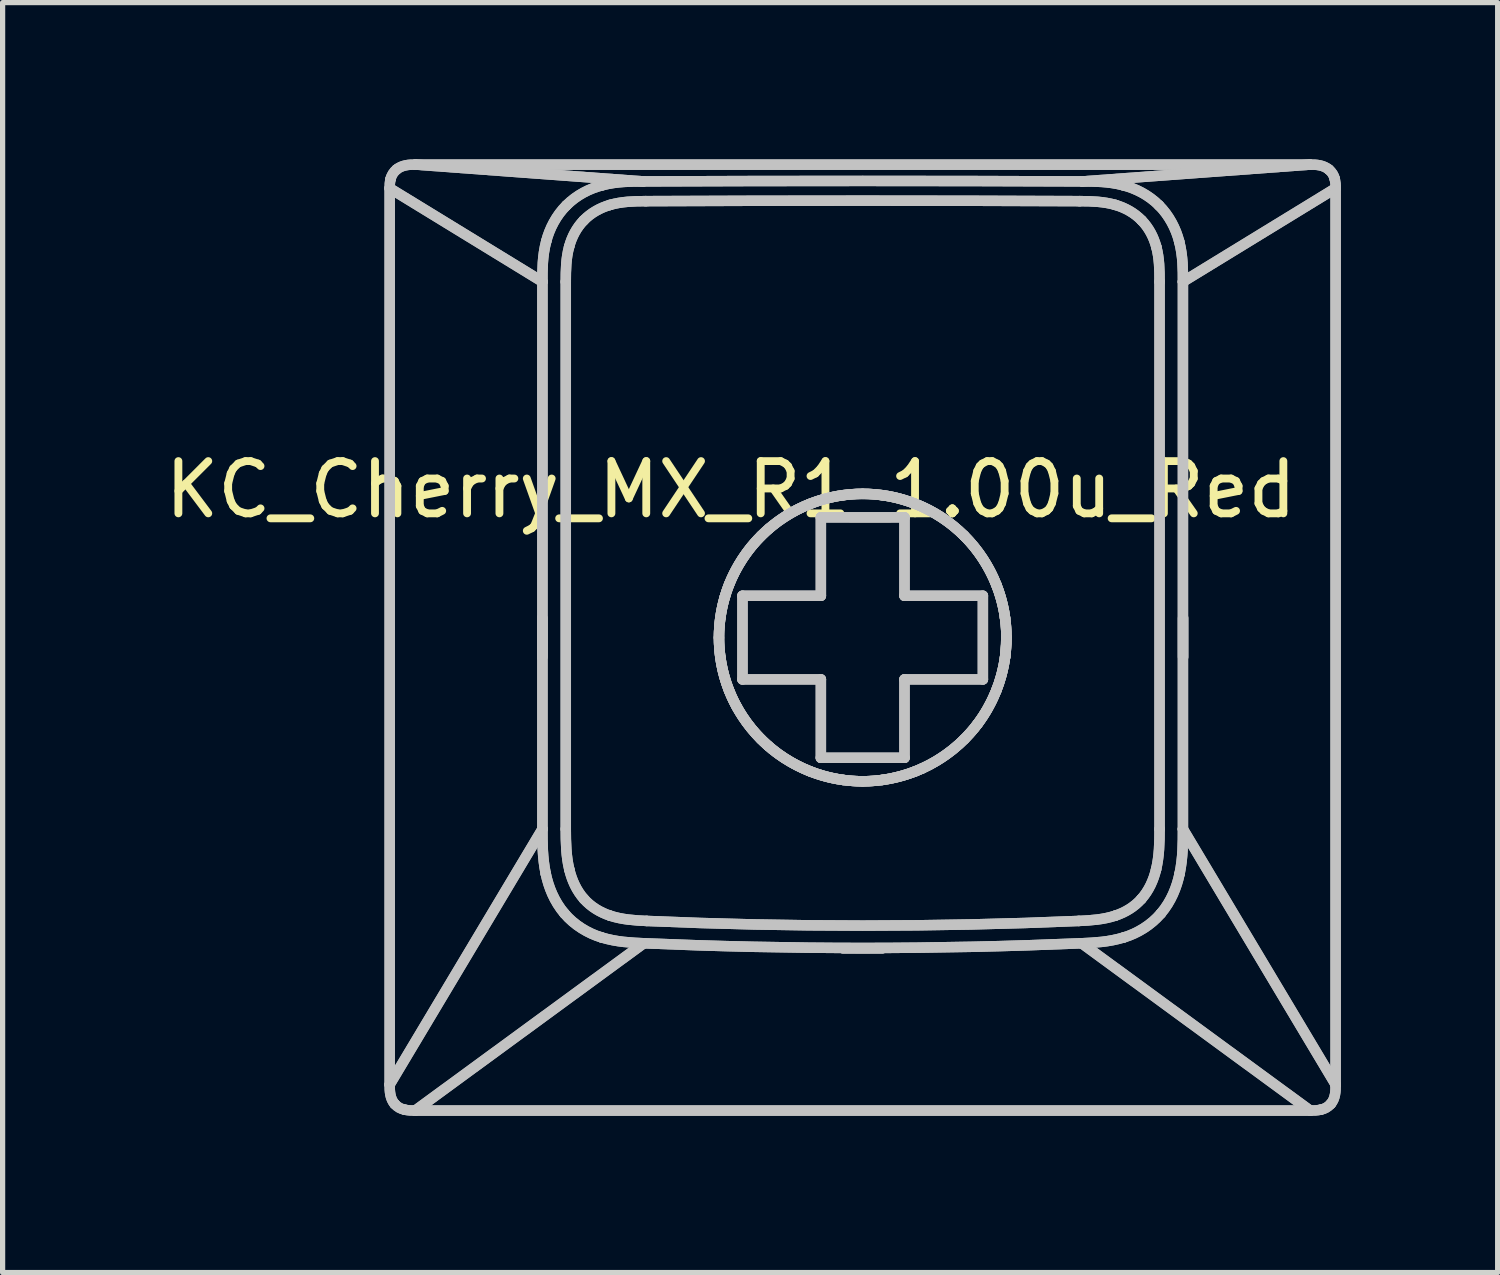
<source format=kicad_pcb>
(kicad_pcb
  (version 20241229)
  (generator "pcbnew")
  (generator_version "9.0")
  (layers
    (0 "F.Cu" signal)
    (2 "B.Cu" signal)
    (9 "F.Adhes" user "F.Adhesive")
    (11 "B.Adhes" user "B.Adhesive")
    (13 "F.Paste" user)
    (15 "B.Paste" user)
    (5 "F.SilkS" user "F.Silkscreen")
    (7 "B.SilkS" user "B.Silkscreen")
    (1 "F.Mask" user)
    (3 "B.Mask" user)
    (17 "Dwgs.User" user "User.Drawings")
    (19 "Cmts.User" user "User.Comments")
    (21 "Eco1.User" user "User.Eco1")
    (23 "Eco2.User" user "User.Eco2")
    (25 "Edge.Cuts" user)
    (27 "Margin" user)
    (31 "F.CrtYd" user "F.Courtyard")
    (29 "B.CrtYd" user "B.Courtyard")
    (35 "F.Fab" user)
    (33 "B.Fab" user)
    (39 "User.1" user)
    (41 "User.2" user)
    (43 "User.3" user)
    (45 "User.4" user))
  (footprint "KC_Cherry_MX_R1_1.00u_Red"
    (layer "F.Cu")
    (at 13.475 9.112)
    (property "Reference" "KC_Cherry_MX_R1_1.00u_Red" (at -2.54 -2.794 0) (layer "F.SilkS") (effects (font (size 1 1) (thickness 0.15))))
    (attr allow_missing_courtyard)
    (fp_line (start -9.068 -8.56) (end -6.146 -6.771) (stroke (width 0.2) (type default)) (layer "Dwgs.User"))
    (fp_line (start -9.068 -8.56) (end -6.146 -6.771) (stroke (width 0.2) (type default)) (layer "Dwgs.User"))
    (fp_line (start -9.068 8.591) (end -9.068 -8.56) (stroke (width 0.2) (type default)) (layer "Dwgs.User"))
    (fp_line (start -9.068 8.591) (end -9.068 -8.56) (stroke (width 0.2) (type default)) (layer "Dwgs.User"))
    (fp_line (start -9.068 8.591) (end -6.146 3.702) (stroke (width 0.2) (type default)) (layer "Dwgs.User"))
    (fp_line (start -9.068 8.591) (end -6.146 3.702) (stroke (width 0.2) (type default)) (layer "Dwgs.User"))
    (fp_line (start -8.58 9.088) (end -4.207 5.887) (stroke (width 0.2) (type default)) (layer "Dwgs.User"))
    (fp_line (start -8.58 9.088) (end -4.207 5.887) (stroke (width 0.2) (type default)) (layer "Dwgs.User"))
    (fp_line (start -8.575 -9.012) (end -4.216 -8.691) (stroke (width 0.2) (type default)) (layer "Dwgs.User"))
    (fp_line (start -8.575 -9.012) (end -4.216 -8.691) (stroke (width 0.2) (type default)) (layer "Dwgs.User"))
    (fp_line (start -8.575 -9.012) (end 8.539 -9.012) (stroke (width 0.2) (type default)) (layer "Dwgs.User"))
    (fp_line (start -8.575 -9.012) (end 8.539 -9.012) (stroke (width 0.2) (type default)) (layer "Dwgs.User"))
    (fp_line (start -6.149 0.412) (end -6.149 -0.338) (stroke (width 0.2) (type default)) (layer "Dwgs.User"))
    (fp_line (start -6.149 0.412) (end -6.149 -0.338) (stroke (width 0.2) (type default)) (layer "Dwgs.User"))
    (fp_line (start -6.146 -6.771) (end -6.146 3.702) (stroke (width 0.2) (type default)) (layer "Dwgs.User"))
    (fp_line (start -6.146 -6.771) (end -6.146 3.702) (stroke (width 0.2) (type default)) (layer "Dwgs.User"))
    (fp_line (start -5.699 -6.771) (end -5.699 3.702) (stroke (width 0.2) (type default)) (layer "Dwgs.User"))
    (fp_line (start -5.699 -6.771) (end -5.699 3.702) (stroke (width 0.2) (type default)) (layer "Dwgs.User"))
    (fp_line (start -2.318 -0.762) (end -0.818 -0.762) (stroke (width 0.2) (type default)) (layer "Dwgs.User"))
    (fp_line (start -2.318 -0.762) (end -0.818 -0.762) (stroke (width 0.2) (type default)) (layer "Dwgs.User"))
    (fp_line (start -2.318 0.838) (end -2.318 -0.762) (stroke (width 0.2) (type default)) (layer "Dwgs.User"))
    (fp_line (start -2.318 0.838) (end -2.318 -0.762) (stroke (width 0.2) (type default)) (layer "Dwgs.User"))
    (fp_line (start -0.818 -2.262) (end 0.782 -2.262) (stroke (width 0.2) (type default)) (layer "Dwgs.User"))
    (fp_line (start -0.818 -2.262) (end 0.782 -2.262) (stroke (width 0.2) (type default)) (layer "Dwgs.User"))
    (fp_line (start -0.818 -0.762) (end -0.818 -2.262) (stroke (width 0.2) (type default)) (layer "Dwgs.User"))
    (fp_line (start -0.818 -0.762) (end -0.818 -2.262) (stroke (width 0.2) (type default)) (layer "Dwgs.User"))
    (fp_line (start -0.818 0.838) (end -2.318 0.838) (stroke (width 0.2) (type default)) (layer "Dwgs.User"))
    (fp_line (start -0.818 0.838) (end -2.318 0.838) (stroke (width 0.2) (type default)) (layer "Dwgs.User"))
    (fp_line (start -0.818 2.338) (end -0.818 0.838) (stroke (width 0.2) (type default)) (layer "Dwgs.User"))
    (fp_line (start -0.818 2.338) (end -0.818 0.838) (stroke (width 0.2) (type default)) (layer "Dwgs.User"))
    (fp_line (start -0.393 5.985) (end 0.357 5.985) (stroke (width 0.2) (type default)) (layer "Dwgs.User"))
    (fp_line (start -0.393 5.985) (end 0.357 5.985) (stroke (width 0.2) (type default)) (layer "Dwgs.User"))
    (fp_line (start 0.782 -2.262) (end 0.782 -0.762) (stroke (width 0.2) (type default)) (layer "Dwgs.User"))
    (fp_line (start 0.782 -2.262) (end 0.782 -0.762) (stroke (width 0.2) (type default)) (layer "Dwgs.User"))
    (fp_line (start 0.782 -0.762) (end 2.282 -0.762) (stroke (width 0.2) (type default)) (layer "Dwgs.User"))
    (fp_line (start 0.782 -0.762) (end 2.282 -0.762) (stroke (width 0.2) (type default)) (layer "Dwgs.User"))
    (fp_line (start 0.782 0.838) (end 0.782 2.338) (stroke (width 0.2) (type default)) (layer "Dwgs.User"))
    (fp_line (start 0.782 0.838) (end 0.782 2.338) (stroke (width 0.2) (type default)) (layer "Dwgs.User"))
    (fp_line (start 0.782 2.338) (end -0.818 2.338) (stroke (width 0.2) (type default)) (layer "Dwgs.User"))
    (fp_line (start 0.782 2.338) (end -0.818 2.338) (stroke (width 0.2) (type default)) (layer "Dwgs.User"))
    (fp_line (start 2.282 -0.762) (end 2.282 0.838) (stroke (width 0.2) (type default)) (layer "Dwgs.User"))
    (fp_line (start 2.282 -0.762) (end 2.282 0.838) (stroke (width 0.2) (type default)) (layer "Dwgs.User"))
    (fp_line (start 2.282 0.838) (end 0.782 0.838) (stroke (width 0.2) (type default)) (layer "Dwgs.User"))
    (fp_line (start 2.282 0.838) (end 0.782 0.838) (stroke (width 0.2) (type default)) (layer "Dwgs.User"))
    (fp_line (start 2.707 0.412) (end 2.732 0.038) (stroke (width 0.2) (type default)) (layer "Dwgs.User"))
    (fp_line (start 4.181 -8.691) (end 8.539 -9.012) (stroke (width 0.2) (type default)) (layer "Dwgs.User"))
    (fp_line (start 4.181 -8.691) (end 8.539 -9.012) (stroke (width 0.2) (type default)) (layer "Dwgs.User"))
    (fp_line (start 5.663 3.702) (end 5.663 -6.771) (stroke (width 0.2) (type default)) (layer "Dwgs.User"))
    (fp_line (start 5.663 3.702) (end 5.663 -6.771) (stroke (width 0.2) (type default)) (layer "Dwgs.User"))
    (fp_line (start 6.11 -6.771) (end 9.032 -8.56) (stroke (width 0.2) (type default)) (layer "Dwgs.User"))
    (fp_line (start 6.11 -6.771) (end 9.032 -8.56) (stroke (width 0.2) (type default)) (layer "Dwgs.User"))
    (fp_line (start 6.11 3.702) (end 6.11 -6.771) (stroke (width 0.2) (type default)) (layer "Dwgs.User"))
    (fp_line (start 6.11 3.702) (end 6.11 -6.771) (stroke (width 0.2) (type default)) (layer "Dwgs.User"))
    (fp_line (start 6.113 0.412) (end 6.113 -0.338) (stroke (width 0.2) (type default)) (layer "Dwgs.User"))
    (fp_line (start 6.113 0.412) (end 6.113 -0.338) (stroke (width 0.2) (type default)) (layer "Dwgs.User"))
    (fp_line (start 8.544 9.088) (end -8.58 9.088) (stroke (width 0.2) (type default)) (layer "Dwgs.User"))
    (fp_line (start 8.544 9.088) (end -8.58 9.088) (stroke (width 0.2) (type default)) (layer "Dwgs.User"))
    (fp_line (start 8.544 9.088) (end 4.172 5.887) (stroke (width 0.2) (type default)) (layer "Dwgs.User"))
    (fp_line (start 8.544 9.088) (end 4.172 5.887) (stroke (width 0.2) (type default)) (layer "Dwgs.User"))
    (fp_line (start 9.032 -8.56) (end 9.032 8.591) (stroke (width 0.2) (type default)) (layer "Dwgs.User"))
    (fp_line (start 9.032 -8.56) (end 9.032 8.591) (stroke (width 0.2) (type default)) (layer "Dwgs.User"))
    (fp_line (start 9.032 8.591) (end 6.11 3.702) (stroke (width 0.2) (type default)) (layer "Dwgs.User"))
    (fp_line (start 9.032 8.591) (end 6.11 3.702) (stroke (width 0.2) (type default)) (layer "Dwgs.User"))
    (fp_curve (pts (xy -9.068 -8.56) (xy -9.07 -8.619) (xy -9.065 -8.678) (xy -9.052 -8.736)) (stroke (width 0.2) (type default)) (layer "Dwgs.User"))
    (fp_curve (pts (xy -9.068 -8.56) (xy -9.07 -8.619) (xy -9.065 -8.678) (xy -9.052 -8.736)) (stroke (width 0.2) (type default)) (layer "Dwgs.User"))
    (fp_curve (pts (xy -9.052 -8.736) (xy -9.033 -8.809) (xy -8.995 -8.87) (xy -8.938 -8.918)) (stroke (width 0.2) (type default)) (layer "Dwgs.User"))
    (fp_curve (pts (xy -9.052 -8.736) (xy -9.033 -8.809) (xy -8.995 -8.87) (xy -8.938 -8.918)) (stroke (width 0.2) (type default)) (layer "Dwgs.User"))
    (fp_curve (pts (xy -8.974 8.961) (xy -9.062 8.86) (xy -9.07 8.719) (xy -9.068 8.591)) (stroke (width 0.2) (type default)) (layer "Dwgs.User"))
    (fp_curve (pts (xy -8.974 8.961) (xy -9.062 8.86) (xy -9.07 8.719) (xy -9.068 8.591)) (stroke (width 0.2) (type default)) (layer "Dwgs.User"))
    (fp_curve (pts (xy -8.938 -8.918) (xy -8.837 -9.002) (xy -8.701 -9.015) (xy -8.575 -9.012)) (stroke (width 0.2) (type default)) (layer "Dwgs.User"))
    (fp_curve (pts (xy -8.938 -8.918) (xy -8.837 -9.002) (xy -8.701 -9.015) (xy -8.575 -9.012)) (stroke (width 0.2) (type default)) (layer "Dwgs.User"))
    (fp_curve (pts (xy -8.78 9.072) (xy -8.857 9.057) (xy -8.922 9.02) (xy -8.974 8.961)) (stroke (width 0.2) (type default)) (layer "Dwgs.User"))
    (fp_curve (pts (xy -8.78 9.072) (xy -8.857 9.057) (xy -8.922 9.02) (xy -8.974 8.961)) (stroke (width 0.2) (type default)) (layer "Dwgs.User"))
    (fp_curve (pts (xy -8.58 9.088) (xy -8.647 9.09) (xy -8.714 9.085) (xy -8.78 9.072)) (stroke (width 0.2) (type default)) (layer "Dwgs.User"))
    (fp_curve (pts (xy -8.58 9.088) (xy -8.647 9.09) (xy -8.714 9.085) (xy -8.78 9.072)) (stroke (width 0.2) (type default)) (layer "Dwgs.User"))
    (fp_curve (pts (xy -6.146 -6.771) (xy -6.146 -6.995) (xy -6.148 -7.259) (xy -6.074 -7.542)) (stroke (width 0.2) (type default)) (layer "Dwgs.User"))
    (fp_curve (pts (xy -6.146 -6.771) (xy -6.146 -6.995) (xy -6.148 -7.259) (xy -6.074 -7.542)) (stroke (width 0.2) (type default)) (layer "Dwgs.User"))
    (fp_curve (pts (xy -6.082 4.557) (xy -6.147 4.248) (xy -6.145 3.961) (xy -6.146 3.702)) (stroke (width 0.2) (type default)) (layer "Dwgs.User"))
    (fp_curve (pts (xy -6.082 4.557) (xy -6.147 4.248) (xy -6.145 3.961) (xy -6.146 3.702)) (stroke (width 0.2) (type default)) (layer "Dwgs.User"))
    (fp_curve (pts (xy -6.074 -7.542) (xy -6.011 -7.787) (xy -5.881 -8.04) (xy -5.687 -8.232)) (stroke (width 0.2) (type default)) (layer "Dwgs.User"))
    (fp_curve (pts (xy -6.074 -7.542) (xy -6.011 -7.787) (xy -5.881 -8.04) (xy -5.687 -8.232)) (stroke (width 0.2) (type default)) (layer "Dwgs.User"))
    (fp_curve (pts (xy -5.724 5.317) (xy -5.923 5.084) (xy -6.029 4.809) (xy -6.082 4.557)) (stroke (width 0.2) (type default)) (layer "Dwgs.User"))
    (fp_curve (pts (xy -5.724 5.317) (xy -5.923 5.084) (xy -6.029 4.809) (xy -6.082 4.557)) (stroke (width 0.2) (type default)) (layer "Dwgs.User"))
    (fp_curve (pts (xy -5.699 -6.771) (xy -5.699 -6.995) (xy -5.695 -7.223) (xy -5.635 -7.44)) (stroke (width 0.2) (type default)) (layer "Dwgs.User"))
    (fp_curve (pts (xy -5.699 -6.771) (xy -5.699 -6.995) (xy -5.695 -7.223) (xy -5.635 -7.44)) (stroke (width 0.2) (type default)) (layer "Dwgs.User"))
    (fp_curve (pts (xy -5.687 -8.232) (xy -5.491 -8.43) (xy -5.24 -8.556) (xy -4.999 -8.617)) (stroke (width 0.2) (type default)) (layer "Dwgs.User"))
    (fp_curve (pts (xy -5.687 -8.232) (xy -5.491 -8.43) (xy -5.24 -8.556) (xy -4.999 -8.617)) (stroke (width 0.2) (type default)) (layer "Dwgs.User"))
    (fp_curve (pts (xy -5.635 -7.44) (xy -5.585 -7.629) (xy -5.491 -7.807) (xy -5.356 -7.945)) (stroke (width 0.2) (type default)) (layer "Dwgs.User"))
    (fp_curve (pts (xy -5.635 -7.44) (xy -5.585 -7.629) (xy -5.491 -7.807) (xy -5.356 -7.945)) (stroke (width 0.2) (type default)) (layer "Dwgs.User"))
    (fp_curve (pts (xy -5.632 4.475) (xy -5.693 4.223) (xy -5.699 3.961) (xy -5.699 3.702)) (stroke (width 0.2) (type default)) (layer "Dwgs.User"))
    (fp_curve (pts (xy -5.632 4.475) (xy -5.693 4.223) (xy -5.699 3.961) (xy -5.699 3.702)) (stroke (width 0.2) (type default)) (layer "Dwgs.User"))
    (fp_curve (pts (xy -5.356 -7.945) (xy -5.218 -8.088) (xy -5.041 -8.186) (xy -4.853 -8.241)) (stroke (width 0.2) (type default)) (layer "Dwgs.User"))
    (fp_curve (pts (xy -5.356 -7.945) (xy -5.218 -8.088) (xy -5.041 -8.186) (xy -4.853 -8.241)) (stroke (width 0.2) (type default)) (layer "Dwgs.User"))
    (fp_curve (pts (xy -5.351 5.039) (xy -5.492 4.881) (xy -5.582 4.682) (xy -5.632 4.475)) (stroke (width 0.2) (type default)) (layer "Dwgs.User"))
    (fp_curve (pts (xy -5.351 5.039) (xy -5.492 4.881) (xy -5.582 4.682) (xy -5.632 4.475)) (stroke (width 0.2) (type default)) (layer "Dwgs.User"))
    (fp_curve (pts (xy -5.019 5.774) (xy -5.269 5.699) (xy -5.535 5.541) (xy -5.724 5.317)) (stroke (width 0.2) (type default)) (layer "Dwgs.User"))
    (fp_curve (pts (xy -5.019 5.774) (xy -5.269 5.699) (xy -5.535 5.541) (xy -5.724 5.317)) (stroke (width 0.2) (type default)) (layer "Dwgs.User"))
    (fp_curve (pts (xy -4.999 -8.617) (xy -4.715 -8.691) (xy -4.448 -8.689) (xy -4.216 -8.691)) (stroke (width 0.2) (type default)) (layer "Dwgs.User"))
    (fp_curve (pts (xy -4.999 -8.617) (xy -4.715 -8.691) (xy -4.448 -8.689) (xy -4.216 -8.691)) (stroke (width 0.2) (type default)) (layer "Dwgs.User"))
    (fp_curve (pts (xy -4.853 -8.241) (xy -4.632 -8.305) (xy -4.399 -8.313) (xy -4.169 -8.313)) (stroke (width 0.2) (type default)) (layer "Dwgs.User"))
    (fp_curve (pts (xy -4.853 -8.241) (xy -4.632 -8.305) (xy -4.399 -8.313) (xy -4.169 -8.313)) (stroke (width 0.2) (type default)) (layer "Dwgs.User"))
    (fp_curve (pts (xy -4.851 5.359) (xy -5.04 5.297) (xy -5.217 5.19) (xy -5.351 5.039)) (stroke (width 0.2) (type default)) (layer "Dwgs.User"))
    (fp_curve (pts (xy -4.851 5.359) (xy -5.04 5.297) (xy -5.217 5.19) (xy -5.351 5.039)) (stroke (width 0.2) (type default)) (layer "Dwgs.User"))
    (fp_curve (pts (xy -4.207 5.887) (xy -4.446 5.875) (xy -4.72 5.866) (xy -5.019 5.774)) (stroke (width 0.2) (type default)) (layer "Dwgs.User"))
    (fp_curve (pts (xy -4.207 5.887) (xy -4.446 5.875) (xy -4.72 5.866) (xy -5.019 5.774)) (stroke (width 0.2) (type default)) (layer "Dwgs.User"))
    (fp_curve (pts (xy -4.207 5.887) (xy -1.43 6.007) (xy 1.395 6.007) (xy 4.172 5.887)) (stroke (width 0.2) (type default)) (layer "Dwgs.User"))
    (fp_curve (pts (xy -4.207 5.887) (xy -1.43 6.007) (xy 1.395 6.007) (xy 4.172 5.887)) (stroke (width 0.2) (type default)) (layer "Dwgs.User"))
    (fp_curve (pts (xy -4.151 5.46) (xy -4.387 5.45) (xy -4.626 5.433) (xy -4.851 5.359)) (stroke (width 0.2) (type default)) (layer "Dwgs.User"))
    (fp_curve (pts (xy -4.151 5.46) (xy -4.387 5.45) (xy -4.626 5.433) (xy -4.851 5.359)) (stroke (width 0.2) (type default)) (layer "Dwgs.User"))
    (fp_curve (pts (xy -4.151 5.46) (xy -1.411 5.579) (xy 1.376 5.579) (xy 4.116 5.46)) (stroke (width 0.2) (type default)) (layer "Dwgs.User"))
    (fp_curve (pts (xy -4.151 5.46) (xy -1.411 5.579) (xy 1.376 5.579) (xy 4.116 5.46)) (stroke (width 0.2) (type default)) (layer "Dwgs.User"))
    (fp_curve (pts (xy -2.768 0.038) (xy -2.768 0.361) (xy -2.709 0.711) (xy -2.575 1.05)) (stroke (width 0.2) (type default)) (layer "Dwgs.User"))
    (fp_curve (pts (xy -2.768 0.038) (xy -2.768 0.361) (xy -2.709 0.711) (xy -2.575 1.05)) (stroke (width 0.2) (type default)) (layer "Dwgs.User"))
    (fp_curve (pts (xy -2.742 -0.338) (xy -2.776 -0.088) (xy -2.776 0.162) (xy -2.742 0.412)) (stroke (width 0.2) (type default)) (layer "Dwgs.User"))
    (fp_curve (pts (xy -2.742 -0.338) (xy -2.776 -0.088) (xy -2.776 0.162) (xy -2.742 0.412)) (stroke (width 0.2) (type default)) (layer "Dwgs.User"))
    (fp_curve (pts (xy -2.742 -0.338) (xy -2.722 -0.48) (xy -2.693 -0.617) (xy -2.653 -0.749)) (stroke (width 0.2) (type default)) (layer "Dwgs.User"))
    (fp_curve (pts (xy -2.742 -0.338) (xy -2.722 -0.48) (xy -2.693 -0.617) (xy -2.653 -0.749)) (stroke (width 0.2) (type default)) (layer "Dwgs.User"))
    (fp_curve (pts (xy -2.653 -0.749) (xy -2.514 -1.224) (xy -2.22 -1.7) (xy -1.808 -2.05)) (stroke (width 0.2) (type default)) (layer "Dwgs.User"))
    (fp_curve (pts (xy -2.653 -0.749) (xy -2.514 -1.224) (xy -2.22 -1.7) (xy -1.808 -2.05)) (stroke (width 0.2) (type default)) (layer "Dwgs.User"))
    (fp_curve (pts (xy -2.575 -0.975) (xy -2.709 -0.636) (xy -2.768 -0.286) (xy -2.768 0.038)) (stroke (width 0.2) (type default)) (layer "Dwgs.User"))
    (fp_curve (pts (xy -2.575 -0.975) (xy -2.709 -0.636) (xy -2.768 -0.286) (xy -2.768 0.038)) (stroke (width 0.2) (type default)) (layer "Dwgs.User"))
    (fp_curve (pts (xy -2.575 1.05) (xy -2.441 1.389) (xy -2.231 1.714) (xy -1.962 1.982)) (stroke (width 0.2) (type default)) (layer "Dwgs.User"))
    (fp_curve (pts (xy -2.575 1.05) (xy -2.441 1.389) (xy -2.231 1.714) (xy -1.962 1.982)) (stroke (width 0.2) (type default)) (layer "Dwgs.User"))
    (fp_curve (pts (xy -2.428 1.362) (xy -2.589 1.071) (xy -2.697 0.744) (xy -2.742 0.412)) (stroke (width 0.2) (type default)) (layer "Dwgs.User"))
    (fp_curve (pts (xy -2.428 1.362) (xy -2.589 1.071) (xy -2.697 0.744) (xy -2.742 0.412)) (stroke (width 0.2) (type default)) (layer "Dwgs.User"))
    (fp_curve (pts (xy -1.962 -1.907) (xy -2.231 -1.639) (xy -2.441 -1.313) (xy -2.575 -0.975)) (stroke (width 0.2) (type default)) (layer "Dwgs.User"))
    (fp_curve (pts (xy -1.962 -1.907) (xy -2.231 -1.639) (xy -2.441 -1.313) (xy -2.575 -0.975)) (stroke (width 0.2) (type default)) (layer "Dwgs.User"))
    (fp_curve (pts (xy -1.962 1.982) (xy -1.694 2.251) (xy -1.369 2.461) (xy -1.03 2.595)) (stroke (width 0.2) (type default)) (layer "Dwgs.User"))
    (fp_curve (pts (xy -1.962 1.982) (xy -1.694 2.251) (xy -1.369 2.461) (xy -1.03 2.595)) (stroke (width 0.2) (type default)) (layer "Dwgs.User"))
    (fp_curve (pts (xy -1.825 2.111) (xy -2.058 1.908) (xy -2.268 1.653) (xy -2.428 1.362)) (stroke (width 0.2) (type default)) (layer "Dwgs.User"))
    (fp_curve (pts (xy -1.825 2.111) (xy -2.058 1.908) (xy -2.268 1.653) (xy -2.428 1.362)) (stroke (width 0.2) (type default)) (layer "Dwgs.User"))
    (fp_curve (pts (xy -1.808 -2.05) (xy -1.399 -2.404) (xy -0.884 -2.622) (xy -0.393 -2.687)) (stroke (width 0.2) (type default)) (layer "Dwgs.User"))
    (fp_curve (pts (xy -1.808 -2.05) (xy -1.399 -2.404) (xy -0.884 -2.622) (xy -0.393 -2.687)) (stroke (width 0.2) (type default)) (layer "Dwgs.User"))
    (fp_curve (pts (xy -1.03 -2.519) (xy -1.369 -2.386) (xy -1.694 -2.176) (xy -1.962 -1.907)) (stroke (width 0.2) (type default)) (layer "Dwgs.User"))
    (fp_curve (pts (xy -1.03 -2.519) (xy -1.369 -2.386) (xy -1.694 -2.176) (xy -1.962 -1.907)) (stroke (width 0.2) (type default)) (layer "Dwgs.User"))
    (fp_curve (pts (xy -1.03 2.595) (xy -0.691 2.729) (xy -0.342 2.788) (xy -0.018 2.788)) (stroke (width 0.2) (type default)) (layer "Dwgs.User"))
    (fp_curve (pts (xy -1.03 2.595) (xy -0.691 2.729) (xy -0.342 2.788) (xy -0.018 2.788)) (stroke (width 0.2) (type default)) (layer "Dwgs.User"))
    (fp_curve (pts (xy -0.393 2.762) (xy -0.936 2.69) (xy -1.448 2.443) (xy -1.825 2.111)) (stroke (width 0.2) (type default)) (layer "Dwgs.User"))
    (fp_curve (pts (xy -0.393 2.762) (xy -0.936 2.69) (xy -1.448 2.443) (xy -1.825 2.111)) (stroke (width 0.2) (type default)) (layer "Dwgs.User"))
    (fp_curve (pts (xy -0.018 -2.712) (xy -0.342 -2.713) (xy -0.691 -2.654) (xy -1.03 -2.519)) (stroke (width 0.2) (type default)) (layer "Dwgs.User"))
    (fp_curve (pts (xy -0.018 -2.712) (xy -0.342 -2.713) (xy -0.691 -2.654) (xy -1.03 -2.519)) (stroke (width 0.2) (type default)) (layer "Dwgs.User"))
    (fp_curve (pts (xy -0.018 2.788) (xy 0.306 2.788) (xy 0.656 2.729) (xy 0.994 2.595)) (stroke (width 0.2) (type default)) (layer "Dwgs.User"))
    (fp_curve (pts (xy -0.018 2.788) (xy 0.306 2.788) (xy 0.656 2.729) (xy 0.994 2.595)) (stroke (width 0.2) (type default)) (layer "Dwgs.User"))
    (fp_curve (pts (xy 0.357 -2.687) (xy 0.107 -2.721) (xy -0.143 -2.721) (xy -0.393 -2.687)) (stroke (width 0.2) (type default)) (layer "Dwgs.User"))
    (fp_curve (pts (xy 0.357 -2.687) (xy 0.107 -2.721) (xy -0.143 -2.721) (xy -0.393 -2.687)) (stroke (width 0.2) (type default)) (layer "Dwgs.User"))
    (fp_curve (pts (xy 0.357 -2.687) (xy 0.892 -2.617) (xy 1.472 -2.359) (xy 1.911 -1.922)) (stroke (width 0.2) (type default)) (layer "Dwgs.User"))
    (fp_curve (pts (xy 0.357 -2.687) (xy 0.892 -2.617) (xy 1.472 -2.359) (xy 1.911 -1.922)) (stroke (width 0.2) (type default)) (layer "Dwgs.User"))
    (fp_curve (pts (xy 0.357 2.762) (xy 0.107 2.796) (xy -0.143 2.796) (xy -0.393 2.762)) (stroke (width 0.2) (type default)) (layer "Dwgs.User"))
    (fp_curve (pts (xy 0.357 2.762) (xy 0.107 2.796) (xy -0.143 2.796) (xy -0.393 2.762)) (stroke (width 0.2) (type default)) (layer "Dwgs.User"))
    (fp_curve (pts (xy 0.994 -2.519) (xy 0.656 -2.654) (xy 0.306 -2.713) (xy -0.018 -2.712)) (stroke (width 0.2) (type default)) (layer "Dwgs.User"))
    (fp_curve (pts (xy 0.994 -2.519) (xy 0.656 -2.654) (xy 0.306 -2.713) (xy -0.018 -2.712)) (stroke (width 0.2) (type default)) (layer "Dwgs.User"))
    (fp_curve (pts (xy 0.994 2.595) (xy 1.333 2.461) (xy 1.658 2.251) (xy 1.927 1.982)) (stroke (width 0.2) (type default)) (layer "Dwgs.User"))
    (fp_curve (pts (xy 0.994 2.595) (xy 1.333 2.461) (xy 1.658 2.251) (xy 1.927 1.982)) (stroke (width 0.2) (type default)) (layer "Dwgs.User"))
    (fp_curve (pts (xy 1.121 2.541) (xy 0.885 2.649) (xy 0.63 2.723) (xy 0.357 2.762)) (stroke (width 0.2) (type default)) (layer "Dwgs.User"))
    (fp_curve (pts (xy 1.121 2.541) (xy 0.885 2.649) (xy 0.63 2.723) (xy 0.357 2.762)) (stroke (width 0.2) (type default)) (layer "Dwgs.User"))
    (fp_curve (pts (xy 1.911 -1.922) (xy 2.355 -1.491) (xy 2.634 -0.899) (xy 2.706 -0.338)) (stroke (width 0.2) (type default)) (layer "Dwgs.User"))
    (fp_curve (pts (xy 1.911 -1.922) (xy 2.355 -1.491) (xy 2.634 -0.899) (xy 2.706 -0.338)) (stroke (width 0.2) (type default)) (layer "Dwgs.User"))
    (fp_curve (pts (xy 1.927 -1.907) (xy 1.658 -2.176) (xy 1.333 -2.386) (xy 0.994 -2.519)) (stroke (width 0.2) (type default)) (layer "Dwgs.User"))
    (fp_curve (pts (xy 1.927 -1.907) (xy 1.658 -2.176) (xy 1.333 -2.386) (xy 0.994 -2.519)) (stroke (width 0.2) (type default)) (layer "Dwgs.User"))
    (fp_curve (pts (xy 1.927 1.982) (xy 2.196 1.714) (xy 2.406 1.389) (xy 2.539 1.05)) (stroke (width 0.2) (type default)) (layer "Dwgs.User"))
    (fp_curve (pts (xy 1.927 1.982) (xy 2.196 1.714) (xy 2.406 1.389) (xy 2.539 1.05)) (stroke (width 0.2) (type default)) (layer "Dwgs.User"))
    (fp_curve (pts (xy 2.18 1.691) (xy 1.897 2.069) (xy 1.517 2.363) (xy 1.121 2.541)) (stroke (width 0.2) (type default)) (layer "Dwgs.User"))
    (fp_curve (pts (xy 2.18 1.691) (xy 1.897 2.069) (xy 1.517 2.363) (xy 1.121 2.541)) (stroke (width 0.2) (type default)) (layer "Dwgs.User"))
    (fp_curve (pts (xy 2.539 -0.975) (xy 2.406 -1.313) (xy 2.196 -1.639) (xy 1.927 -1.907)) (stroke (width 0.2) (type default)) (layer "Dwgs.User"))
    (fp_curve (pts (xy 2.539 -0.975) (xy 2.406 -1.313) (xy 2.196 -1.639) (xy 1.927 -1.907)) (stroke (width 0.2) (type default)) (layer "Dwgs.User"))
    (fp_curve (pts (xy 2.539 1.05) (xy 2.674 0.711) (xy 2.733 0.361) (xy 2.732 0.038)) (stroke (width 0.2) (type default)) (layer "Dwgs.User"))
    (fp_curve (pts (xy 2.539 1.05) (xy 2.674 0.711) (xy 2.733 0.361) (xy 2.732 0.038)) (stroke (width 0.2) (type default)) (layer "Dwgs.User"))
    (fp_curve (pts (xy 2.706 -0.338) (xy 2.724 -0.213) (xy 2.732 -0.088) (xy 2.732 0.038)) (stroke (width 0.2) (type default)) (layer "Dwgs.User"))
    (fp_curve (pts (xy 2.706 -0.338) (xy 2.724 -0.213) (xy 2.732 -0.088) (xy 2.732 0.038)) (stroke (width 0.2) (type default)) (layer "Dwgs.User"))
    (fp_curve (pts (xy 2.707 0.412) (xy 2.647 0.858) (xy 2.465 1.314) (xy 2.18 1.691)) (stroke (width 0.2) (type default)) (layer "Dwgs.User"))
    (fp_curve (pts (xy 2.707 0.412) (xy 2.647 0.858) (xy 2.465 1.314) (xy 2.18 1.691)) (stroke (width 0.2) (type default)) (layer "Dwgs.User"))
    (fp_curve (pts (xy 2.732 0.038) (xy 2.733 -0.286) (xy 2.674 -0.636) (xy 2.539 -0.975)) (stroke (width 0.2) (type default)) (layer "Dwgs.User"))
    (fp_curve (pts (xy 2.732 0.038) (xy 2.733 -0.286) (xy 2.674 -0.636) (xy 2.539 -0.975)) (stroke (width 0.2) (type default)) (layer "Dwgs.User"))
    (fp_curve (pts (xy 2.732 0.038) (xy 2.732 0.163) (xy 2.724 0.288) (xy 2.707 0.412)) (stroke (width 0.2) (type default)) (layer "Dwgs.User"))
    (fp_curve (pts (xy 2.732 0.038) (xy 2.732 0.163) (xy 2.724 0.288) (xy 2.707 0.412)) (stroke (width 0.2) (type default)) (layer "Dwgs.User"))
    (fp_curve (pts (xy 4.134 -8.313) (xy 1.38 -8.326) (xy -1.416 -8.326) (xy -4.169 -8.313)) (stroke (width 0.2) (type default)) (layer "Dwgs.User"))
    (fp_curve (pts (xy 4.134 -8.313) (xy 1.38 -8.326) (xy -1.416 -8.326) (xy -4.169 -8.313)) (stroke (width 0.2) (type default)) (layer "Dwgs.User"))
    (fp_curve (pts (xy 4.134 -8.313) (xy 4.363 -8.313) (xy 4.596 -8.305) (xy 4.817 -8.241)) (stroke (width 0.2) (type default)) (layer "Dwgs.User"))
    (fp_curve (pts (xy 4.134 -8.313) (xy 4.363 -8.313) (xy 4.596 -8.305) (xy 4.817 -8.241)) (stroke (width 0.2) (type default)) (layer "Dwgs.User"))
    (fp_curve (pts (xy 4.181 -8.691) (xy 1.396 -8.703) (xy -1.432 -8.703) (xy -4.216 -8.691)) (stroke (width 0.2) (type default)) (layer "Dwgs.User"))
    (fp_curve (pts (xy 4.181 -8.691) (xy 1.396 -8.703) (xy -1.432 -8.703) (xy -4.216 -8.691)) (stroke (width 0.2) (type default)) (layer "Dwgs.User"))
    (fp_curve (pts (xy 4.181 -8.691) (xy 4.413 -8.689) (xy 4.68 -8.691) (xy 4.964 -8.617)) (stroke (width 0.2) (type default)) (layer "Dwgs.User"))
    (fp_curve (pts (xy 4.181 -8.691) (xy 4.413 -8.689) (xy 4.68 -8.691) (xy 4.964 -8.617)) (stroke (width 0.2) (type default)) (layer "Dwgs.User"))
    (fp_curve (pts (xy 4.815 5.359) (xy 4.59 5.433) (xy 4.352 5.45) (xy 4.116 5.46)) (stroke (width 0.2) (type default)) (layer "Dwgs.User"))
    (fp_curve (pts (xy 4.815 5.359) (xy 4.59 5.433) (xy 4.352 5.45) (xy 4.116 5.46)) (stroke (width 0.2) (type default)) (layer "Dwgs.User"))
    (fp_curve (pts (xy 4.817 -8.241) (xy 5.005 -8.186) (xy 5.182 -8.088) (xy 5.32 -7.945)) (stroke (width 0.2) (type default)) (layer "Dwgs.User"))
    (fp_curve (pts (xy 4.817 -8.241) (xy 5.005 -8.186) (xy 5.182 -8.088) (xy 5.32 -7.945)) (stroke (width 0.2) (type default)) (layer "Dwgs.User"))
    (fp_curve (pts (xy 4.964 -8.617) (xy 5.205 -8.556) (xy 5.455 -8.43) (xy 5.652 -8.232)) (stroke (width 0.2) (type default)) (layer "Dwgs.User"))
    (fp_curve (pts (xy 4.964 -8.617) (xy 5.205 -8.556) (xy 5.455 -8.43) (xy 5.652 -8.232)) (stroke (width 0.2) (type default)) (layer "Dwgs.User"))
    (fp_curve (pts (xy 4.983 5.774) (xy 4.685 5.866) (xy 4.411 5.875) (xy 4.172 5.887)) (stroke (width 0.2) (type default)) (layer "Dwgs.User"))
    (fp_curve (pts (xy 4.983 5.774) (xy 4.685 5.866) (xy 4.411 5.875) (xy 4.172 5.887)) (stroke (width 0.2) (type default)) (layer "Dwgs.User"))
    (fp_curve (pts (xy 5.315 5.039) (xy 5.182 5.19) (xy 5.005 5.297) (xy 4.815 5.359)) (stroke (width 0.2) (type default)) (layer "Dwgs.User"))
    (fp_curve (pts (xy 5.315 5.039) (xy 5.182 5.19) (xy 5.005 5.297) (xy 4.815 5.359)) (stroke (width 0.2) (type default)) (layer "Dwgs.User"))
    (fp_curve (pts (xy 5.32 -7.945) (xy 5.456 -7.807) (xy 5.549 -7.629) (xy 5.6 -7.44)) (stroke (width 0.2) (type default)) (layer "Dwgs.User"))
    (fp_curve (pts (xy 5.32 -7.945) (xy 5.456 -7.807) (xy 5.549 -7.629) (xy 5.6 -7.44)) (stroke (width 0.2) (type default)) (layer "Dwgs.User"))
    (fp_curve (pts (xy 5.596 4.475) (xy 5.547 4.682) (xy 5.456 4.881) (xy 5.315 5.039)) (stroke (width 0.2) (type default)) (layer "Dwgs.User"))
    (fp_curve (pts (xy 5.596 4.475) (xy 5.547 4.682) (xy 5.456 4.881) (xy 5.315 5.039)) (stroke (width 0.2) (type default)) (layer "Dwgs.User"))
    (fp_curve (pts (xy 5.6 -7.44) (xy 5.659 -7.223) (xy 5.663 -6.995) (xy 5.663 -6.771)) (stroke (width 0.2) (type default)) (layer "Dwgs.User"))
    (fp_curve (pts (xy 5.6 -7.44) (xy 5.659 -7.223) (xy 5.663 -6.995) (xy 5.663 -6.771)) (stroke (width 0.2) (type default)) (layer "Dwgs.User"))
    (fp_curve (pts (xy 5.652 -8.232) (xy 5.845 -8.04) (xy 5.976 -7.787) (xy 6.038 -7.542)) (stroke (width 0.2) (type default)) (layer "Dwgs.User"))
    (fp_curve (pts (xy 5.652 -8.232) (xy 5.845 -8.04) (xy 5.976 -7.787) (xy 6.038 -7.542)) (stroke (width 0.2) (type default)) (layer "Dwgs.User"))
    (fp_curve (pts (xy 5.663 3.702) (xy 5.663 3.961) (xy 5.657 4.223) (xy 5.596 4.475)) (stroke (width 0.2) (type default)) (layer "Dwgs.User"))
    (fp_curve (pts (xy 5.663 3.702) (xy 5.663 3.961) (xy 5.657 4.223) (xy 5.596 4.475)) (stroke (width 0.2) (type default)) (layer "Dwgs.User"))
    (fp_curve (pts (xy 5.688 5.317) (xy 5.499 5.541) (xy 5.234 5.699) (xy 4.983 5.774)) (stroke (width 0.2) (type default)) (layer "Dwgs.User"))
    (fp_curve (pts (xy 5.688 5.317) (xy 5.499 5.541) (xy 5.234 5.699) (xy 4.983 5.774)) (stroke (width 0.2) (type default)) (layer "Dwgs.User"))
    (fp_curve (pts (xy 6.038 -7.542) (xy 6.112 -7.259) (xy 6.11 -6.995) (xy 6.11 -6.771)) (stroke (width 0.2) (type default)) (layer "Dwgs.User"))
    (fp_curve (pts (xy 6.038 -7.542) (xy 6.112 -7.259) (xy 6.11 -6.995) (xy 6.11 -6.771)) (stroke (width 0.2) (type default)) (layer "Dwgs.User"))
    (fp_curve (pts (xy 6.046 4.557) (xy 5.993 4.809) (xy 5.887 5.084) (xy 5.688 5.317)) (stroke (width 0.2) (type default)) (layer "Dwgs.User"))
    (fp_curve (pts (xy 6.046 4.557) (xy 5.993 4.809) (xy 5.887 5.084) (xy 5.688 5.317)) (stroke (width 0.2) (type default)) (layer "Dwgs.User"))
    (fp_curve (pts (xy 6.11 3.702) (xy 6.11 3.961) (xy 6.111 4.248) (xy 6.046 4.557)) (stroke (width 0.2) (type default)) (layer "Dwgs.User"))
    (fp_curve (pts (xy 6.11 3.702) (xy 6.11 3.961) (xy 6.111 4.248) (xy 6.046 4.557)) (stroke (width 0.2) (type default)) (layer "Dwgs.User"))
    (fp_curve (pts (xy 8.539 -9.012) (xy 8.665 -9.015) (xy 8.802 -9.002) (xy 8.902 -8.918)) (stroke (width 0.2) (type default)) (layer "Dwgs.User"))
    (fp_curve (pts (xy 8.539 -9.012) (xy 8.665 -9.015) (xy 8.802 -9.002) (xy 8.902 -8.918)) (stroke (width 0.2) (type default)) (layer "Dwgs.User"))
    (fp_curve (pts (xy 8.745 9.072) (xy 8.678 9.085) (xy 8.612 9.09) (xy 8.544 9.088)) (stroke (width 0.2) (type default)) (layer "Dwgs.User"))
    (fp_curve (pts (xy 8.745 9.072) (xy 8.678 9.085) (xy 8.612 9.09) (xy 8.544 9.088)) (stroke (width 0.2) (type default)) (layer "Dwgs.User"))
    (fp_curve (pts (xy 8.902 -8.918) (xy 8.96 -8.87) (xy 8.998 -8.809) (xy 9.016 -8.736)) (stroke (width 0.2) (type default)) (layer "Dwgs.User"))
    (fp_curve (pts (xy 8.902 -8.918) (xy 8.96 -8.87) (xy 8.998 -8.809) (xy 9.016 -8.736)) (stroke (width 0.2) (type default)) (layer "Dwgs.User"))
    (fp_curve (pts (xy 8.939 8.961) (xy 8.886 9.02) (xy 8.822 9.057) (xy 8.745 9.072)) (stroke (width 0.2) (type default)) (layer "Dwgs.User"))
    (fp_curve (pts (xy 8.939 8.961) (xy 8.886 9.02) (xy 8.822 9.057) (xy 8.745 9.072)) (stroke (width 0.2) (type default)) (layer "Dwgs.User"))
    (fp_curve (pts (xy 9.016 -8.736) (xy 9.029 -8.678) (xy 9.035 -8.619) (xy 9.032 -8.56)) (stroke (width 0.2) (type default)) (layer "Dwgs.User"))
    (fp_curve (pts (xy 9.016 -8.736) (xy 9.029 -8.678) (xy 9.035 -8.619) (xy 9.032 -8.56)) (stroke (width 0.2) (type default)) (layer "Dwgs.User"))
    (fp_curve (pts (xy 9.032 8.591) (xy 9.034 8.719) (xy 9.026 8.86) (xy 8.939 8.961)) (stroke (width 0.2) (type default)) (layer "Dwgs.User"))
    (fp_curve (pts (xy 9.032 8.591) (xy 9.034 8.719) (xy 9.026 8.86) (xy 8.939 8.961)) (stroke (width 0.2) (type default)) (layer "Dwgs.User")))
  (gr_rect
    (start -3 -3)
    (end 25.607 21.3)
    (stroke (width 0.1) (type default))
    (fill no)
    (layer "Edge.Cuts")))
</source>
